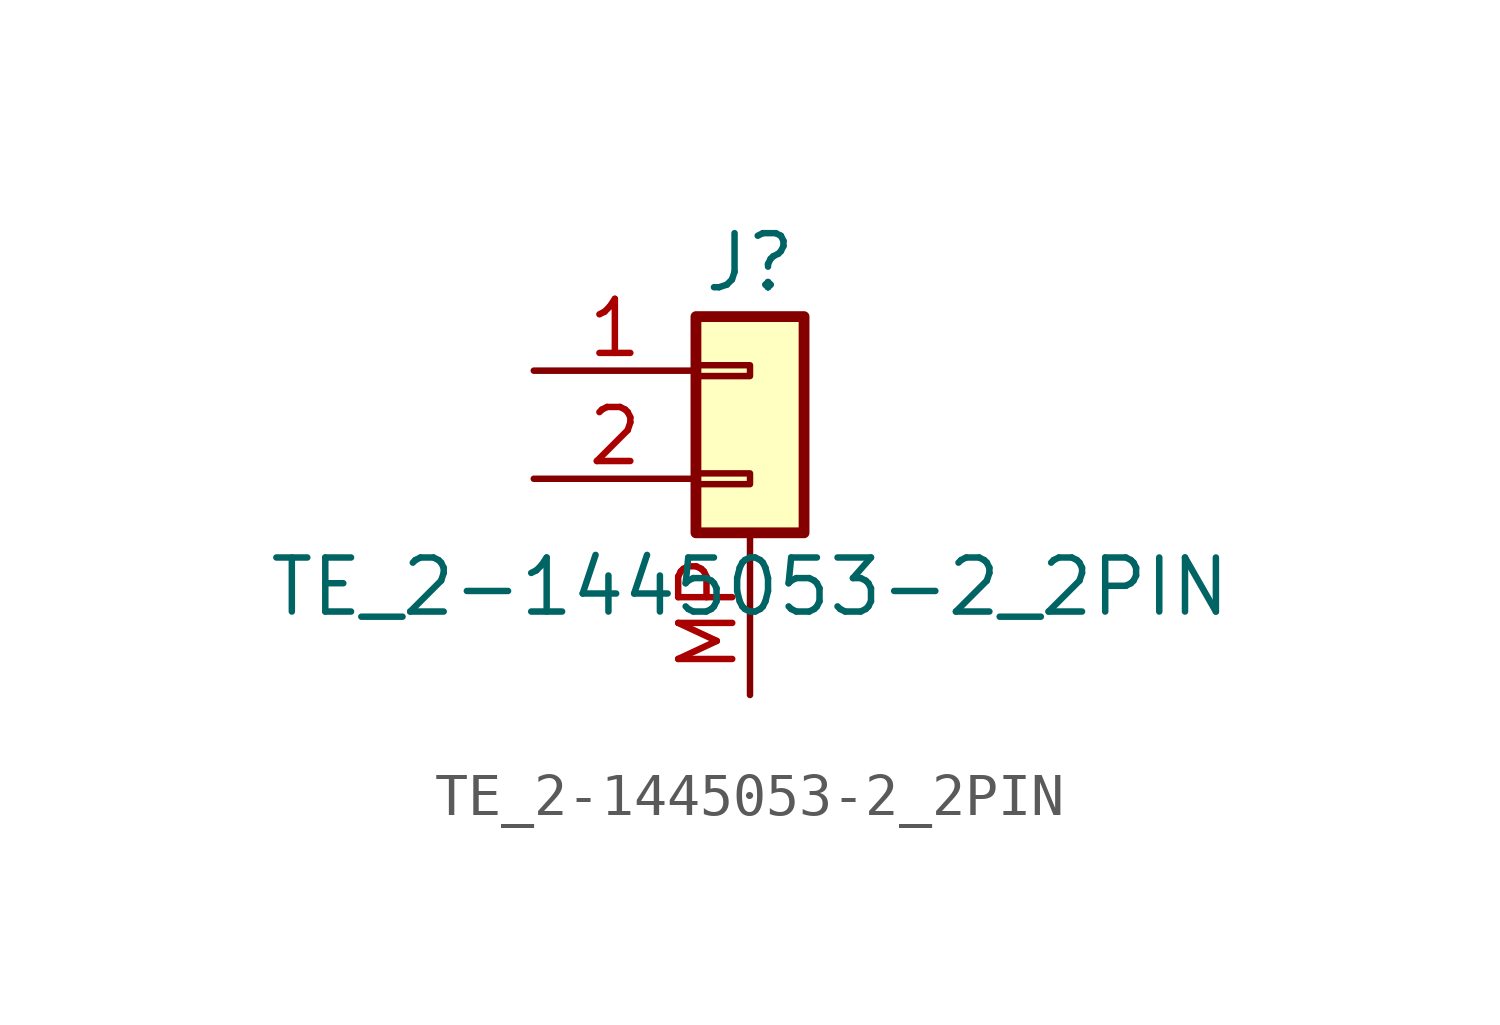
<source format=kicad_sym>
(kicad_symbol_lib
  (version 20231120)
  (generator "kicad_symbol_editor")
  (generator_version "8.0")
  (symbol "TE_2-1445053-2_2PIN"
    (pin_names
      (offset 1.016) hide)
    (property "Reference" "J"
      (at 0 2.54 0)
      (effects (font (size 1.27 1.27))))
    (property "Value" "TE_2-1445053-2_2PIN"
      (at 0 -5.08 0)
      (effects (font (size 1.27 1.27))))
    (symbol "TE_2-1445053-2_2PIN_1_1"
      (rectangle (start -1.27 -2.413) (end 0 -2.667) (stroke (width 0.152) (type default)) (fill (type none)))
      (rectangle (start -1.27 0.127) (end 0 -0.127) (stroke (width 0.152) (type default)) (fill (type none)))
      (rectangle (start -1.27 1.27) (end 1.27 -3.81) (stroke (width 0.254) (type default)) (fill (type background)))
      (pin passive line (at -5.08 0 0) (length 3.81) (name "Pin_1" (effects (font (size 1.27 1.27)))) (number "1" (effects (font (size 1.27 1.27)))))
      (pin passive line (at -5.08 -2.54 0) (length 3.81) (name "Pin_2" (effects (font (size 1.27 1.27)))) (number "2" (effects (font (size 1.27 1.27)))))
      (pin passive line (at 0 -7.62 90) (length 3.81) (name "MP" (effects (font (size 1.27 1.27)))) (number "MP" (effects (font (size 1.27 1.27)))))
      (pin no_connect line (at 0 -7.62 90) (length 3.81) hide (name "MP1" (effects (font (size 1.27 1.27)))) (number "MP1" (effects (font (size 1.27 1.27)))))
      (pin no_connect line (at 2.54 -7.62 90) (length 3.81) hide (name "MP2" (effects (font (size 1.27 1.27)))) (number "MP2" (effects (font (size 1.27 1.27))))))))
</source>
